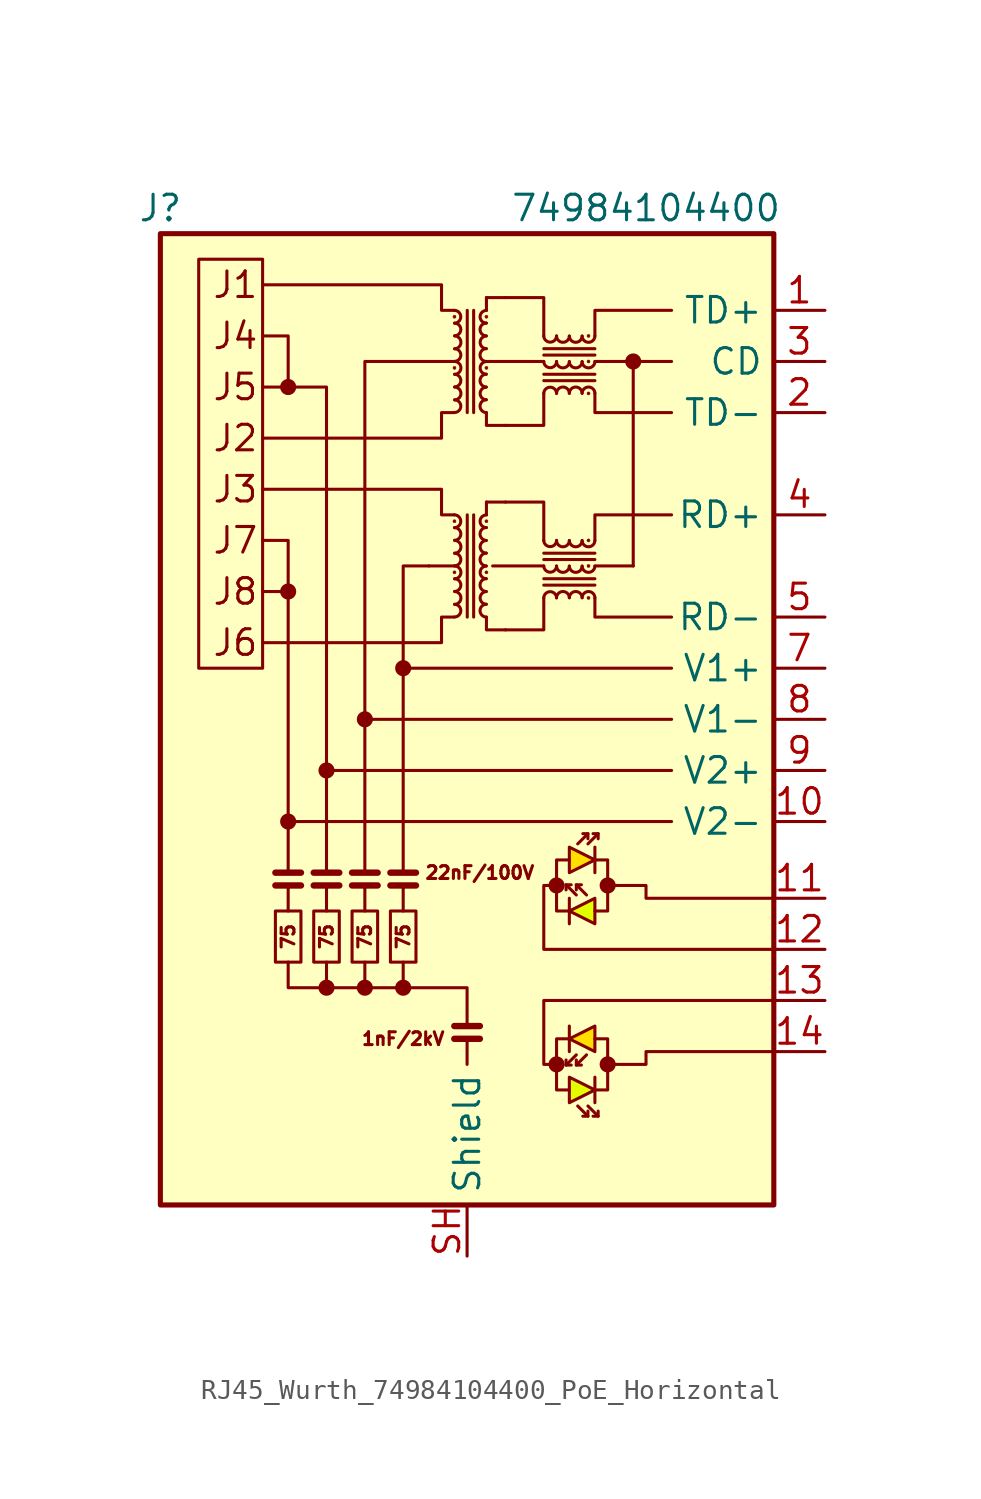
<source format=kicad_sym>
(kicad_symbol_lib
  (version 20220914)
  (generator kicad_symbol_editor)
  (symbol "RJ45_Wurth_74984104400_PoE_Horizontal"
    (property "Reference" "J"
      (at -15.24 25.4 0)
      (effects (font (size 1.27 1.27))))
    (property "Value" "74984104400"
      (at 8.89 25.4 0)
      (effects (font (size 1.27 1.27))))
    (symbol "RJ45_Wurth_74984104400_PoE_Horizontal_0_0"
      (rectangle (start -15.24 24.13) (end 15.24 -24.13) (stroke (width 0.254) (type default)) (fill (type background)))
      (text "J1" (at -12.7 21.59 0) (effects (font (size 1.27 1.27)) (justify left)))
      (text "J2" (at -12.7 13.97 0) (effects (font (size 1.27 1.27)) (justify left)))
      (text "J3" (at -12.7 11.43 0) (effects (font (size 1.27 1.27)) (justify left)))
      (text "J4" (at -12.7 19.05 0) (effects (font (size 1.27 1.27)) (justify left)))
      (text "J5" (at -12.7 16.51 0) (effects (font (size 1.27 1.27)) (justify left)))
      (text "J6" (at -12.7 3.81 0) (effects (font (size 1.27 1.27)) (justify left)))
      (text "J7" (at -12.7 8.89 0) (effects (font (size 1.27 1.27)) (justify left)))
      (text "J8" (at -12.7 6.35 0) (effects (font (size 1.27 1.27)) (justify left))))
    (symbol "RJ45_Wurth_74984104400_PoE_Horizontal_0_1"
      (rectangle (start -13.335 22.86) (end -10.16 2.54) (stroke (width 0) (type default)) (fill (type none)))
      (rectangle (start -9.525 -9.525) (end -8.255 -12.065) (stroke (width 0) (type default)) (fill (type none)))
      (rectangle (start -7.62 -9.525) (end -6.35 -12.065) (stroke (width 0) (type default)) (fill (type none)))
      (rectangle (start -5.715 -9.525) (end -4.445 -12.065) (stroke (width 0) (type default)) (fill (type none)))
      (rectangle (start -3.81 -9.525) (end -2.54 -12.065) (stroke (width 0) (type default)) (fill (type none)))
      (circle (center -0.627 7.303) (radius 0.076) (stroke (width 0.025) (type default)) (fill (type outline)))
      (arc (start -0.627 9.525) (mid -0.3174 9.8425) (end -0.627 10.16) (stroke (width 0) (type default)) (fill (type none)))
      (circle (center -0.627 9.842) (radius 0.076) (stroke (width 0.025) (type default)) (fill (type outline)))
      (circle (center -0.627 17.462) (radius 0.076) (stroke (width 0.025) (type default)) (fill (type outline)))
      (arc (start -0.627 19.685) (mid -0.3174 20.0025) (end -0.627 20.32) (stroke (width 0) (type default)) (fill (type none)))
      (circle (center -0.627 20.003) (radius 0.076) (stroke (width 0.025) (type default)) (fill (type outline)))
      (arc (start -0.619 5.08) (mid -0.3094 5.3975) (end -0.619 5.715) (stroke (width 0) (type default)) (fill (type none)))
      (arc (start -0.619 5.715) (mid -0.3094 6.0325) (end -0.619 6.35) (stroke (width 0) (type default)) (fill (type none)))
      (arc (start -0.619 6.35) (mid -0.3094 6.6675) (end -0.619 6.985) (stroke (width 0) (type default)) (fill (type none)))
      (arc (start -0.619 6.985) (mid -0.3094 7.3025) (end -0.619 7.62) (stroke (width 0) (type default)) (fill (type none)))
      (arc (start -0.619 7.62) (mid -0.3094 7.9375) (end -0.619 8.255) (stroke (width 0) (type default)) (fill (type none)))
      (arc (start -0.619 8.255) (mid -0.3094 8.5725) (end -0.619 8.89) (stroke (width 0) (type default)) (fill (type none)))
      (arc (start -0.619 8.89) (mid -0.3094 9.2075) (end -0.619 9.525) (stroke (width 0) (type default)) (fill (type none)))
      (arc (start -0.619 15.24) (mid -0.3094 15.5575) (end -0.619 15.875) (stroke (width 0) (type default)) (fill (type none)))
      (arc (start -0.619 15.875) (mid -0.3094 16.1925) (end -0.619 16.51) (stroke (width 0) (type default)) (fill (type none)))
      (arc (start -0.619 16.51) (mid -0.3094 16.8275) (end -0.619 17.145) (stroke (width 0) (type default)) (fill (type none)))
      (arc (start -0.619 17.145) (mid -0.3094 17.4625) (end -0.619 17.78) (stroke (width 0) (type default)) (fill (type none)))
      (arc (start -0.619 17.78) (mid -0.3094 18.0975) (end -0.619 18.415) (stroke (width 0) (type default)) (fill (type none)))
      (arc (start -0.619 18.415) (mid -0.3094 18.7325) (end -0.619 19.05) (stroke (width 0) (type default)) (fill (type none)))
      (arc (start -0.619 19.05) (mid -0.3094 19.3675) (end -0.619 19.685) (stroke (width 0) (type default)) (fill (type none)))
      (polyline (pts (xy -8.89 6.35) (xy -8.89 -7.62)) (stroke (width 0) (type default)) (fill (type none)))
      (polyline (pts (xy -0.627 7.62) (xy -1.897 7.62)) (stroke (width 0) (type default)) (fill (type none)))
      (polyline (pts (xy -0.627 17.78) (xy -1.897 17.78)) (stroke (width 0) (type default)) (fill (type none)))
      (polyline (pts (xy 0 -17.145) (xy 0 -15.875)) (stroke (width 0) (type default)) (fill (type none)))
      (polyline (pts (xy 0.008 10.16) (xy 0.008 5.08)) (stroke (width 0) (type default)) (fill (type none)))
      (polyline (pts (xy 0.008 20.32) (xy 0.008 15.24)) (stroke (width 0) (type default)) (fill (type none)))
      (polyline (pts (xy 0.326 10.16) (xy 0.326 5.08)) (stroke (width 0) (type default)) (fill (type none)))
      (polyline (pts (xy 0.326 20.32) (xy 0.326 15.24)) (stroke (width 0) (type default)) (fill (type none)))
      (polyline (pts (xy 0.961 10.795) (xy 0.961 10.16)) (stroke (width 0) (type default)) (fill (type none)))
      (polyline (pts (xy 0.961 10.795) (xy 1.913 10.795)) (stroke (width 0) (type default)) (fill (type none)))
      (polyline (pts (xy 0.961 17.78) (xy 1.913 17.78)) (stroke (width 0) (type default)) (fill (type none)))
      (polyline (pts (xy 0.961 20.955) (xy 0.961 20.32)) (stroke (width 0) (type default)) (fill (type none)))
      (polyline (pts (xy 0.961 20.955) (xy 1.913 20.955)) (stroke (width 0) (type default)) (fill (type none)))
      (polyline (pts (xy 3.81 6.668) (xy 6.35 6.668)) (stroke (width 0) (type default)) (fill (type none)))
      (polyline (pts (xy 3.81 6.985) (xy 6.35 6.985)) (stroke (width 0) (type default)) (fill (type none)))
      (polyline (pts (xy 3.81 7.938) (xy 6.35 7.938)) (stroke (width 0) (type default)) (fill (type none)))
      (polyline (pts (xy 3.81 8.255) (xy 6.35 8.255)) (stroke (width 0) (type default)) (fill (type none)))
      (polyline (pts (xy 3.81 16.828) (xy 6.35 16.828)) (stroke (width 0) (type default)) (fill (type none)))
      (polyline (pts (xy 3.81 17.145) (xy 6.35 17.145)) (stroke (width 0) (type default)) (fill (type none)))
      (polyline (pts (xy 3.81 18.098) (xy 6.35 18.098)) (stroke (width 0) (type default)) (fill (type none)))
      (polyline (pts (xy 3.81 18.415) (xy 6.35 18.415)) (stroke (width 0) (type default)) (fill (type none)))
      (polyline (pts (xy 4.918 -17.179) (xy 5.426 -16.671)) (stroke (width 0) (type default)) (fill (type none)))
      (polyline (pts (xy 4.918 -8.221) (xy 5.426 -8.729)) (stroke (width 0) (type default)) (fill (type none)))
      (polyline (pts (xy 5.08 -15.24) (xy 5.08 -16.51)) (stroke (width 0) (type default)) (fill (type none)))
      (polyline (pts (xy 5.08 -10.16) (xy 5.08 -8.89)) (stroke (width 0) (type default)) (fill (type none)))
      (polyline (pts (xy 5.426 -17.179) (xy 5.934 -16.671)) (stroke (width 0) (type default)) (fill (type none)))
      (polyline (pts (xy 5.426 -8.221) (xy 5.934 -8.729)) (stroke (width 0) (type default)) (fill (type none)))
      (polyline (pts (xy 6.004 -19.719) (xy 5.496 -19.211)) (stroke (width 0) (type default)) (fill (type none)))
      (polyline (pts (xy 6.004 -5.681) (xy 5.496 -6.189)) (stroke (width 0) (type default)) (fill (type none)))
      (polyline (pts (xy 6.35 -17.78) (xy 6.35 -19.05)) (stroke (width 0) (type default)) (fill (type none)))
      (polyline (pts (xy 6.35 -7.62) (xy 6.35 -6.35)) (stroke (width 0) (type default)) (fill (type none)))
      (polyline (pts (xy 6.512 -19.719) (xy 6.004 -19.211)) (stroke (width 0) (type default)) (fill (type none)))
      (polyline (pts (xy 6.512 -5.681) (xy 6.004 -6.189)) (stroke (width 0) (type default)) (fill (type none)))
      (polyline (pts (xy 8.255 7.62) (xy 8.255 17.78)) (stroke (width 0) (type default)) (fill (type none)))
      (polyline (pts (xy -8.89 16.51) (xy -6.985 16.51) (xy -6.985 -7.62)) (stroke (width 0) (type default)) (fill (type none)))
      (polyline (pts (xy -1.905 7.62) (xy -3.175 7.62) (xy -3.175 -7.62)) (stroke (width 0) (type default)) (fill (type none)))
      (polyline (pts (xy -1.905 17.78) (xy -5.08 17.78) (xy -5.08 -7.62)) (stroke (width 0) (type default)) (fill (type none)))
      (polyline (pts (xy 0 -15.24) (xy 0 -13.335) (xy -3.175 -13.335)) (stroke (width 0) (type default)) (fill (type none)))
      (polyline (pts (xy 0.961 5.08) (xy 0.961 4.445) (xy 1.913 4.445)) (stroke (width 0) (type default)) (fill (type none)))
      (polyline (pts (xy 0.961 15.24) (xy 0.961 14.605) (xy 1.913 14.605)) (stroke (width 0) (type default)) (fill (type none)))
      (polyline (pts (xy 4.918 -16.925) (xy 4.918 -17.179) (xy 5.172 -17.179)) (stroke (width 0) (type default)) (fill (type none)))
      (polyline (pts (xy 4.918 -8.475) (xy 4.918 -8.221) (xy 5.172 -8.221)) (stroke (width 0) (type default)) (fill (type none)))
      (polyline (pts (xy 5.426 -16.925) (xy 5.426 -17.179) (xy 5.68 -17.179)) (stroke (width 0) (type default)) (fill (type none)))
      (polyline (pts (xy 5.426 -8.475) (xy 5.426 -8.221) (xy 5.68 -8.221)) (stroke (width 0) (type default)) (fill (type none)))
      (polyline (pts (xy 6.004 -19.465) (xy 6.004 -19.719) (xy 5.75 -19.719)) (stroke (width 0) (type default)) (fill (type none)))
      (polyline (pts (xy 6.004 -5.935) (xy 6.004 -5.681) (xy 5.75 -5.681)) (stroke (width 0) (type default)) (fill (type none)))
      (polyline (pts (xy 6.512 -19.465) (xy 6.512 -19.719) (xy 6.258 -19.719)) (stroke (width 0) (type default)) (fill (type none)))
      (polyline (pts (xy 6.512 -5.935) (xy 6.512 -5.681) (xy 6.258 -5.681)) (stroke (width 0) (type default)) (fill (type none)))
      (polyline (pts (xy 10.16 5.08) (xy 6.35 5.08) (xy 6.35 6.032)) (stroke (width 0) (type default)) (fill (type none)))
      (polyline (pts (xy -10.16 3.81) (xy -1.27 3.81) (xy -1.27 5.08) (xy -0.635 5.08)) (stroke (width 0) (type default)) (fill (type none)))
      (polyline (pts (xy -10.16 6.35) (xy -8.89 6.35) (xy -8.89 8.89) (xy -10.16 8.89)) (stroke (width 0) (type default)) (fill (type none)))
      (polyline (pts (xy -10.16 11.43) (xy -1.27 11.43) (xy -1.27 10.16) (xy -0.635 10.16)) (stroke (width 0) (type default)) (fill (type none)))
      (polyline (pts (xy -10.16 13.97) (xy -1.27 13.97) (xy -1.27 15.24) (xy -0.635 15.24)) (stroke (width 0) (type default)) (fill (type none)))
      (polyline (pts (xy -10.16 16.51) (xy -8.89 16.51) (xy -8.89 19.05) (xy -10.16 19.05)) (stroke (width 0) (type default)) (fill (type none)))
      (polyline (pts (xy -10.16 21.59) (xy -1.27 21.59) (xy -1.27 20.32) (xy -0.635 20.32)) (stroke (width 0) (type default)) (fill (type none)))
      (arc (start 0.9525 5.715) (mid 0.6429 5.3975) (end 0.9525 5.08) (stroke (width 0) (type default)) (fill (type none)))
      (arc (start 0.9525 6.35) (mid 0.6429 6.0325) (end 0.9525 5.715) (stroke (width 0) (type default)) (fill (type none)))
      (arc (start 0.9525 6.985) (mid 0.6429 6.6675) (end 0.9525 6.35) (stroke (width 0) (type default)) (fill (type none)))
      (arc (start 0.9525 7.62) (mid 0.6429 7.3025) (end 0.9525 6.985) (stroke (width 0) (type default)) (fill (type none)))
      (arc (start 0.9525 8.255) (mid 0.6429 7.9375) (end 0.9525 7.62) (stroke (width 0) (type default)) (fill (type none)))
      (arc (start 0.9525 8.89) (mid 0.6429 8.5725) (end 0.9525 8.255) (stroke (width 0) (type default)) (fill (type none)))
      (arc (start 0.9525 9.525) (mid 0.6429 9.2075) (end 0.9525 8.89) (stroke (width 0) (type default)) (fill (type none)))
      (arc (start 0.9525 15.875) (mid 0.6429 15.5575) (end 0.9525 15.24) (stroke (width 0) (type default)) (fill (type none)))
      (arc (start 0.9525 16.51) (mid 0.6429 16.1925) (end 0.9525 15.875) (stroke (width 0) (type default)) (fill (type none)))
      (arc (start 0.9525 17.145) (mid 0.6429 16.8275) (end 0.9525 16.51) (stroke (width 0) (type default)) (fill (type none)))
      (arc (start 0.9525 17.78) (mid 0.6429 17.4625) (end 0.9525 17.145) (stroke (width 0) (type default)) (fill (type none)))
      (arc (start 0.9525 18.415) (mid 0.6429 18.0975) (end 0.9525 17.78) (stroke (width 0) (type default)) (fill (type none)))
      (arc (start 0.9525 19.05) (mid 0.6429 18.7325) (end 0.9525 18.415) (stroke (width 0) (type default)) (fill (type none)))
      (arc (start 0.9525 19.685) (mid 0.6429 19.3675) (end 0.9525 19.05) (stroke (width 0) (type default)) (fill (type none)))
      (circle (center 0.961 7.303) (radius 0.076) (stroke (width 0.025) (type default)) (fill (type outline)))
      (circle (center 0.961 9.842) (radius 0.076) (stroke (width 0.025) (type default)) (fill (type outline)))
      (arc (start 0.9605 10.16) (mid 0.6509 9.8425) (end 0.9605 9.525) (stroke (width 0) (type default)) (fill (type none)))
      (circle (center 0.961 17.462) (radius 0.076) (stroke (width 0.025) (type default)) (fill (type outline)))
      (circle (center 0.961 20.003) (radius 0.076) (stroke (width 0.025) (type default)) (fill (type outline)))
      (arc (start 0.9605 20.32) (mid 0.6509 20.0025) (end 0.9605 19.685) (stroke (width 0) (type default)) (fill (type none)))
      (arc (start 3.81 7.62) (mid 4.1275 7.3114) (end 4.445 7.62) (stroke (width 0) (type default)) (fill (type none)))
      (arc (start 3.81 8.89) (mid 4.1275 8.5814) (end 4.445 8.89) (stroke (width 0) (type default)) (fill (type none)))
      (arc (start 3.81 17.78) (mid 4.127 17.4714) (end 4.445 17.78) (stroke (width 0) (type default)) (fill (type none)))
      (arc (start 3.81 19.05) (mid 4.1275 18.7414) (end 4.445 19.05) (stroke (width 0) (type default)) (fill (type none)))
      (arc (start 4.445 6.0325) (mid 4.1275 6.3426) (end 3.81 6.0325) (stroke (width 0) (type default)) (fill (type none)))
      (arc (start 4.445 7.612) (mid 4.7625 7.3034) (end 5.08 7.612) (stroke (width 0) (type default)) (fill (type none)))
      (arc (start 4.445 8.882) (mid 4.7625 8.5734) (end 5.08 8.882) (stroke (width 0) (type default)) (fill (type none)))
      (arc (start 4.445 16.1925) (mid 4.127 16.5026) (end 3.81 16.1925) (stroke (width 0) (type default)) (fill (type none)))
      (arc (start 4.445 17.772) (mid 4.762 17.4634) (end 5.08 17.772) (stroke (width 0) (type default)) (fill (type none)))
      (arc (start 4.445 19.042) (mid 4.7625 18.7334) (end 5.08 19.042) (stroke (width 0) (type default)) (fill (type none)))
      (arc (start 5.08 6.0405) (mid 4.7625 6.3506) (end 4.445 6.0405) (stroke (width 0) (type default)) (fill (type none)))
      (arc (start 5.08 7.612) (mid 5.3975 7.3034) (end 5.715 7.612) (stroke (width 0) (type default)) (fill (type none)))
      (arc (start 5.08 8.882) (mid 5.3975 8.5734) (end 5.715 8.882) (stroke (width 0) (type default)) (fill (type none)))
      (arc (start 5.08 16.2005) (mid 4.762 16.5106) (end 4.445 16.2005) (stroke (width 0) (type default)) (fill (type none)))
      (arc (start 5.08 17.772) (mid 5.397 17.4634) (end 5.715 17.772) (stroke (width 0) (type default)) (fill (type none)))
      (arc (start 5.08 19.042) (mid 5.3975 18.7334) (end 5.715 19.042) (stroke (width 0) (type default)) (fill (type none)))
      (arc (start 5.715 6.0405) (mid 5.3975 6.3506) (end 5.08 6.0405) (stroke (width 0) (type default)) (fill (type none)))
      (arc (start 5.715 7.612) (mid 6.0325 7.3034) (end 6.35 7.612) (stroke (width 0) (type default)) (fill (type none)))
      (arc (start 5.715 8.882) (mid 6.0325 8.5734) (end 6.35 8.882) (stroke (width 0) (type default)) (fill (type none)))
      (arc (start 5.715 16.2005) (mid 5.397 16.5106) (end 5.08 16.2005) (stroke (width 0) (type default)) (fill (type none)))
      (arc (start 5.715 17.772) (mid 6.032 17.4634) (end 6.35 17.772) (stroke (width 0) (type default)) (fill (type none)))
      (arc (start 5.715 19.042) (mid 6.0325 18.7334) (end 6.35 19.042) (stroke (width 0) (type default)) (fill (type none)))
      (circle (center 6.032 6.032) (radius 0.076) (stroke (width 0.025) (type default)) (fill (type outline)))
      (circle (center 6.032 7.62) (radius 0.076) (stroke (width 0.025) (type default)) (fill (type outline)))
      (circle (center 6.032 8.89) (radius 0.076) (stroke (width 0.025) (type default)) (fill (type outline)))
      (circle (center 6.032 16.192) (radius 0.076) (stroke (width 0.025) (type default)) (fill (type outline)))
      (circle (center 6.032 17.78) (radius 0.076) (stroke (width 0.025) (type default)) (fill (type outline)))
      (circle (center 6.032 19.05) (radius 0.076) (stroke (width 0.025) (type default)) (fill (type outline)))
      (arc (start 6.35 6.0405) (mid 6.0325 6.3506) (end 5.715 6.0405) (stroke (width 0) (type default)) (fill (type none)))
      (arc (start 6.35 16.2005) (mid 6.032 16.5106) (end 5.715 16.2005) (stroke (width 0) (type default)) (fill (type none))))
    (symbol "RJ45_Wurth_74984104400_PoE_Horizontal_1_1"
      (circle (center -8.89 -5.08) (radius 0.0001) (stroke (width 0.4) (type default)) (fill (type none)))
      (circle (center -8.89 6.35) (radius 0.0001) (stroke (width 0.4) (type default)) (fill (type none)))
      (circle (center -8.89 16.51) (radius 0.0001) (stroke (width 0.4) (type default)) (fill (type none)))
      (circle (center -6.985 -13.335) (radius 0.0001) (stroke (width 0.4) (type default)) (fill (type none)))
      (circle (center -6.985 -2.54) (radius 0.0001) (stroke (width 0.4) (type default)) (fill (type none)))
      (circle (center -5.08 -13.335) (radius 0.0001) (stroke (width 0.4) (type default)) (fill (type none)))
      (circle (center -5.08 0) (radius 0.0001) (stroke (width 0.4) (type default)) (fill (type none)))
      (circle (center -3.175 -13.335) (radius 0.0001) (stroke (width 0.4) (type default)) (fill (type none)))
      (circle (center -3.175 2.54) (radius 0.0001) (stroke (width 0.4) (type default)) (fill (type none)))
      (polyline (pts (xy -9.525 -8.255) (xy -8.255 -8.255)) (stroke (width 0.318) (type default)) (fill (type none)))
      (polyline (pts (xy -9.525 -7.62) (xy -8.255 -7.62)) (stroke (width 0.318) (type default)) (fill (type none)))
      (polyline (pts (xy -8.89 -9.525) (xy -8.89 -8.255)) (stroke (width 0) (type default)) (fill (type none)))
      (polyline (pts (xy -8.89 -5.08) (xy 10.16 -5.08)) (stroke (width 0) (type default)) (fill (type none)))
      (polyline (pts (xy -7.62 -8.255) (xy -6.35 -8.255)) (stroke (width 0.318) (type default)) (fill (type none)))
      (polyline (pts (xy -7.62 -7.62) (xy -6.35 -7.62)) (stroke (width 0.318) (type default)) (fill (type none)))
      (polyline (pts (xy -6.985 -13.335) (xy -6.985 -12.065)) (stroke (width 0) (type default)) (fill (type none)))
      (polyline (pts (xy -6.985 -9.525) (xy -6.985 -8.255)) (stroke (width 0) (type default)) (fill (type none)))
      (polyline (pts (xy -6.985 -2.54) (xy 10.16 -2.54)) (stroke (width 0) (type default)) (fill (type none)))
      (polyline (pts (xy -5.715 -8.255) (xy -4.445 -8.255)) (stroke (width 0.318) (type default)) (fill (type none)))
      (polyline (pts (xy -5.715 -7.62) (xy -4.445 -7.62)) (stroke (width 0.318) (type default)) (fill (type none)))
      (polyline (pts (xy -5.08 -13.335) (xy -5.08 -12.065)) (stroke (width 0) (type default)) (fill (type none)))
      (polyline (pts (xy -5.08 -9.525) (xy -5.08 -8.255)) (stroke (width 0) (type default)) (fill (type none)))
      (polyline (pts (xy -5.08 0) (xy 10.16 0)) (stroke (width 0) (type default)) (fill (type none)))
      (polyline (pts (xy -3.81 -8.255) (xy -2.54 -8.255)) (stroke (width 0.318) (type default)) (fill (type none)))
      (polyline (pts (xy -3.81 -7.62) (xy -2.54 -7.62)) (stroke (width 0.318) (type default)) (fill (type none)))
      (polyline (pts (xy -3.175 -9.525) (xy -3.175 -8.255)) (stroke (width 0) (type default)) (fill (type none)))
      (polyline (pts (xy -3.175 2.54) (xy 10.16 2.54)) (stroke (width 0) (type default)) (fill (type none)))
      (polyline (pts (xy -0.635 -15.875) (xy 0.635 -15.875)) (stroke (width 0.318) (type default)) (fill (type none)))
      (polyline (pts (xy -0.635 -15.24) (xy 0.635 -15.24)) (stroke (width 0.318) (type default)) (fill (type none)))
      (polyline (pts (xy 3.81 7.62) (xy 1.27 7.62)) (stroke (width 0) (type default)) (fill (type none)))
      (polyline (pts (xy 3.81 17.78) (xy 1.905 17.78)) (stroke (width 0) (type default)) (fill (type none)))
      (polyline (pts (xy 6.35 7.62) (xy 8.255 7.62)) (stroke (width 0) (type default)) (fill (type none)))
      (polyline (pts (xy 6.35 17.78) (xy 10.16 17.78)) (stroke (width 0) (type default)) (fill (type none)))
      (polyline (pts (xy 1.905 4.445) (xy 3.81 4.445) (xy 3.81 6.032)) (stroke (width 0) (type default)) (fill (type none)))
      (polyline (pts (xy 1.905 14.605) (xy 3.81 14.605) (xy 3.81 16.192)) (stroke (width 0) (type default)) (fill (type none)))
      (polyline (pts (xy 1.905 20.955) (xy 3.81 20.955) (xy 3.81 19.05)) (stroke (width 0) (type default)) (fill (type none)))
      (polyline (pts (xy 3.81 8.89) (xy 3.81 10.795) (xy 1.905 10.795)) (stroke (width 0) (type default)) (fill (type none)))
      (polyline (pts (xy 6.35 8.89) (xy 6.35 10.16) (xy 10.16 10.16)) (stroke (width 0) (type default)) (fill (type none)))
      (polyline (pts (xy 6.35 16.192) (xy 6.35 15.24) (xy 10.16 15.24)) (stroke (width 0) (type default)) (fill (type none)))
      (polyline (pts (xy 6.35 19.05) (xy 6.35 20.32) (xy 10.16 20.32)) (stroke (width 0) (type default)) (fill (type none)))
      (polyline (pts (xy -3.175 -12.065) (xy -3.175 -13.335) (xy -8.89 -13.335) (xy -8.89 -12.065)) (stroke (width 0) (type default)) (fill (type none)))
      (polyline (pts (xy 4.445 -17.145) (xy 3.81 -17.145) (xy 3.81 -13.97) (xy 15.24 -13.97)) (stroke (width 0) (type default)) (fill (type none)))
      (polyline (pts (xy 4.445 -8.255) (xy 3.81 -8.255) (xy 3.81 -11.43) (xy 15.24 -11.43)) (stroke (width 0) (type default)) (fill (type none)))
      (polyline (pts (xy 5.08 -19.05) (xy 5.08 -17.78) (xy 6.35 -18.415) (xy 5.08 -19.05)) (stroke (width 0) (type default)) (fill (type color) (color 225 255 0 1)))
      (polyline (pts (xy 5.08 -18.415) (xy 4.445 -18.415) (xy 4.445 -15.875) (xy 5.08 -15.875)) (stroke (width 0) (type default)) (fill (type none)))
      (polyline (pts (xy 5.08 -6.985) (xy 4.445 -6.985) (xy 4.445 -9.525) (xy 5.08 -9.525)) (stroke (width 0) (type default)) (fill (type none)))
      (polyline (pts (xy 5.08 -6.35) (xy 5.08 -7.62) (xy 6.35 -6.985) (xy 5.08 -6.35)) (stroke (width 0) (type default)) (fill (type color) (color 255 223 0 1)))
      (polyline (pts (xy 6.35 -16.51) (xy 6.35 -15.24) (xy 5.08 -15.875) (xy 6.35 -16.51)) (stroke (width 0) (type default)) (fill (type color) (color 255 223 0 1)))
      (polyline (pts (xy 6.35 -15.875) (xy 6.985 -15.875) (xy 6.985 -18.415) (xy 6.35 -18.415)) (stroke (width 0) (type default)) (fill (type none)))
      (polyline (pts (xy 6.35 -9.525) (xy 6.985 -9.525) (xy 6.985 -6.985) (xy 6.35 -6.985)) (stroke (width 0) (type default)) (fill (type none)))
      (polyline (pts (xy 6.35 -8.89) (xy 6.35 -10.16) (xy 5.08 -9.525) (xy 6.35 -8.89)) (stroke (width 0) (type default)) (fill (type color) (color 225 255 0 1)))
      (polyline (pts (xy 15.24 -16.51) (xy 8.89 -16.51) (xy 8.89 -17.145) (xy 6.985 -17.145)) (stroke (width 0) (type default)) (fill (type none)))
      (polyline (pts (xy 15.24 -8.89) (xy 8.89 -8.89) (xy 8.89 -8.255) (xy 6.985 -8.255)) (stroke (width 0) (type default)) (fill (type none)))
      (circle (center 4.445 -17.145) (radius 0.0001) (stroke (width 0.4) (type default)) (fill (type none)))
      (circle (center 4.445 -8.255) (radius 0.0001) (stroke (width 0.4) (type default)) (fill (type none)))
      (circle (center 6.985 -17.145) (radius 0.0001) (stroke (width 0.4) (type default)) (fill (type none)))
      (circle (center 6.985 -8.255) (radius 0.0001) (stroke (width 0.4) (type default)) (fill (type none)))
      (circle (center 8.255 17.78) (radius 0.0001) (stroke (width 0.4) (type default)) (fill (type none)))
      (text "1nF/2kV" (at -3.175 -15.875 0) (effects (font (size 0.635 0.635))))
      (text "22nF/100V" (at 0.635 -7.62 0) (effects (font (size 0.635 0.635))))
      (text "75" (at -8.89 -10.795 900) (effects (font (size 0.635 0.635))))
      (text "75" (at -6.985 -10.795 900) (effects (font (size 0.635 0.635))))
      (text "75" (at -5.08 -10.795 900) (effects (font (size 0.635 0.635))))
      (text "75" (at -3.175 -10.795 900) (effects (font (size 0.635 0.635))))
      (pin passive line (at 17.78 20.32 180) (length 2.54) (name "TD+" (effects (font (size 1.27 1.27)))) (number "1" (effects (font (size 1.27 1.27)))))
      (pin passive line (at 17.78 -5.08 180) (length 2.54) (name "V2-" (effects (font (size 1.27 1.27)))) (number "10" (effects (font (size 1.27 1.27)))))
      (pin passive line (at 17.78 -8.89 180) (length 2.54) (name "" (effects (font (size 1.27 1.27)))) (number "11" (effects (font (size 1.27 1.27)))))
      (pin passive line (at 17.78 -11.43 180) (length 2.54) (name "" (effects (font (size 1.27 1.27)))) (number "12" (effects (font (size 1.27 1.27)))))
      (pin passive line (at 17.78 -13.97 180) (length 2.54) (name "" (effects (font (size 1.27 1.27)))) (number "13" (effects (font (size 1.27 1.27)))))
      (pin passive line (at 17.78 -16.51 180) (length 2.54) (name "" (effects (font (size 1.27 1.27)))) (number "14" (effects (font (size 1.27 1.27)))))
      (pin passive line (at 17.78 15.24 180) (length 2.54) (name "TD-" (effects (font (size 1.27 1.27)))) (number "2" (effects (font (size 1.27 1.27)))))
      (pin passive line (at 17.78 17.78 180) (length 2.54) (name "CD" (effects (font (size 1.27 1.27)))) (number "3" (effects (font (size 1.27 1.27)))))
      (pin passive line (at 17.78 10.16 180) (length 2.54) (name "RD+" (effects (font (size 1.27 1.27)))) (number "4" (effects (font (size 1.27 1.27)))))
      (pin passive line (at 17.78 5.08 180) (length 2.54) (name "RD-" (effects (font (size 1.27 1.27)))) (number "5" (effects (font (size 1.27 1.27)))))
      (pin passive line (at 17.78 2.54 180) (length 2.54) (name "V1+" (effects (font (size 1.27 1.27)))) (number "7" (effects (font (size 1.27 1.27)))))
      (pin passive line (at 17.78 0 180) (length 2.54) (name "V1-" (effects (font (size 1.27 1.27)))) (number "8" (effects (font (size 1.27 1.27)))))
      (pin passive line (at 17.78 -2.54 180) (length 2.54) (name "V2+" (effects (font (size 1.27 1.27)))) (number "9" (effects (font (size 1.27 1.27)))))
      (pin power_in line (at 0 -26.67 90) (length 2.54) (name "Shield" (effects (font (size 1.27 1.27)))) (number "SH" (effects (font (size 1.27 1.27))))))))
</source>
